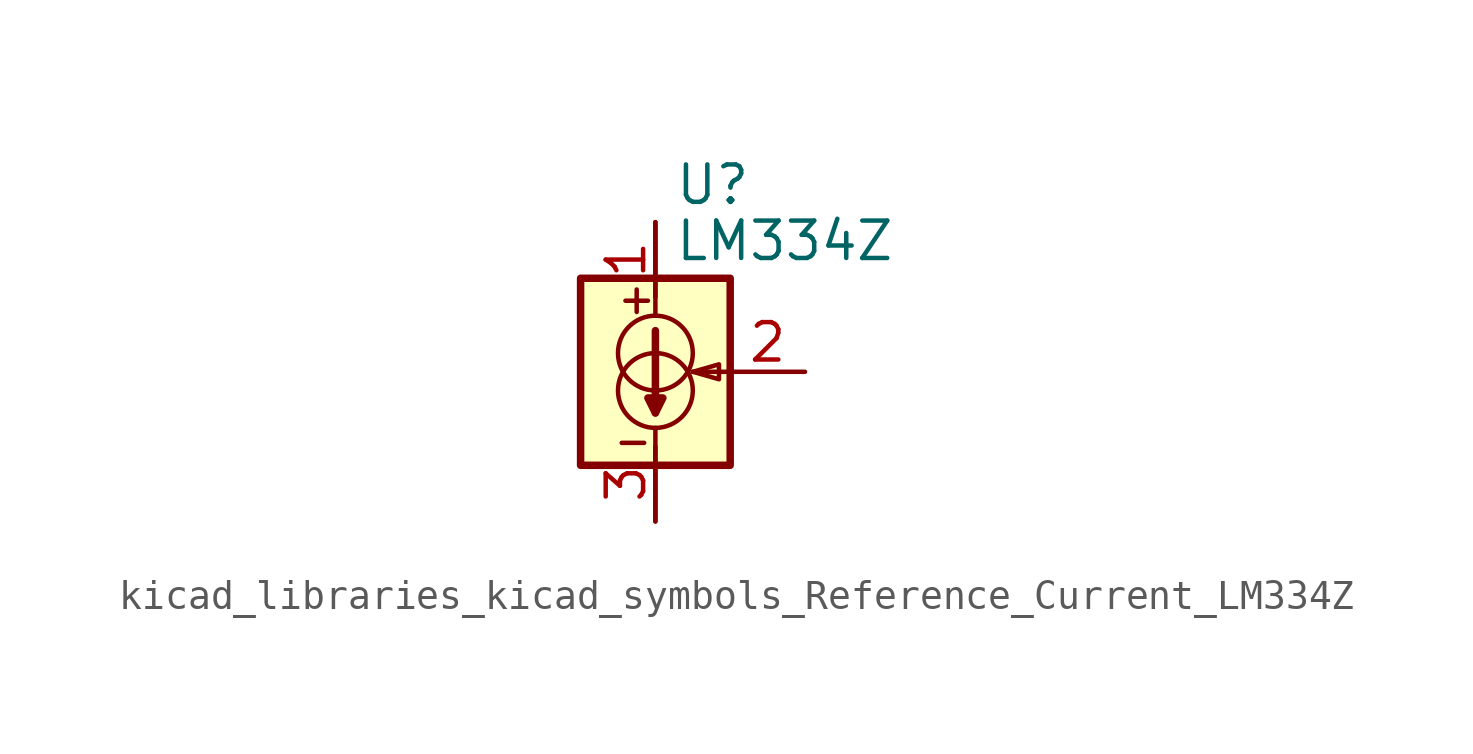
<source format=kicad_sym>
(kicad_symbol_lib
  (version 20220914)
  (generator kicad_symbol_editor)
  (symbol "kicad_libraries_kicad_symbols_Reference_Current_LM334Z"
    (property "Reference" "U"
      (at 0.635 6.35 0)
      (effects (font (size 1.27 1.27)) (justify left)))
    (property "Value" "LM334Z"
      (at 0.635 4.445 0)
      (effects (font (size 1.27 1.27)) (justify left)))
    (symbol "kicad_libraries_kicad_symbols_Reference_Current_LM334Z_0_1"
      (rectangle (start -2.54 3.175) (end 2.54 -3.175) (stroke (width 0.254) (type default)) (fill (type background)))
      (circle (center 0 -0.635) (radius 1.27) (stroke (width 0) (type default)) (fill (type none)))
      (polyline (pts (xy -1.143 -2.413) (xy -0.381 -2.413)) (stroke (width 0) (type default)) (fill (type none)))
      (polyline (pts (xy -1.016 2.413) (xy -0.254 2.413)) (stroke (width 0) (type default)) (fill (type none)))
      (polyline (pts (xy -0.635 2.794) (xy -0.635 2.032)) (stroke (width 0) (type default)) (fill (type none)))
      (polyline (pts (xy 0 -1.905) (xy 0 -5.08)) (stroke (width 0) (type default)) (fill (type none)))
      (polyline (pts (xy 0 1.397) (xy 0 -1.397)) (stroke (width 0.254) (type default)) (fill (type none)))
      (polyline (pts (xy 0 5.08) (xy 0 1.905)) (stroke (width 0) (type default)) (fill (type none)))
      (polyline (pts (xy 2.54 0) (xy 1.27 0)) (stroke (width 0) (type default)) (fill (type none)))
      (polyline (pts (xy 0 -1.397) (xy -0.254 -0.889) (xy 0.254 -0.889) (xy 0 -1.397)) (stroke (width 0.254) (type default)) (fill (type none)))
      (polyline (pts (xy 1.27 0) (xy 2.159 0.254) (xy 2.159 -0.254) (xy 1.27 0)) (stroke (width 0) (type default)) (fill (type none)))
      (circle (center 0 0.635) (radius 1.27) (stroke (width 0) (type default)) (fill (type none))))
    (symbol "kicad_libraries_kicad_symbols_Reference_Current_LM334Z_1_1"
      (pin passive line (at 0 5.08 270) (length 2.54) (name "~" (effects (font (size 1.27 1.27)))) (number "1" (effects (font (size 1.27 1.27)))))
      (pin passive line (at 5.08 0 180) (length 2.54) (name "~" (effects (font (size 1.27 1.27)))) (number "2" (effects (font (size 1.27 1.27)))))
      (pin passive line (at 0 -5.08 90) (length 2.54) (name "~" (effects (font (size 1.27 1.27)))) (number "3" (effects (font (size 1.27 1.27))))))))
</source>
